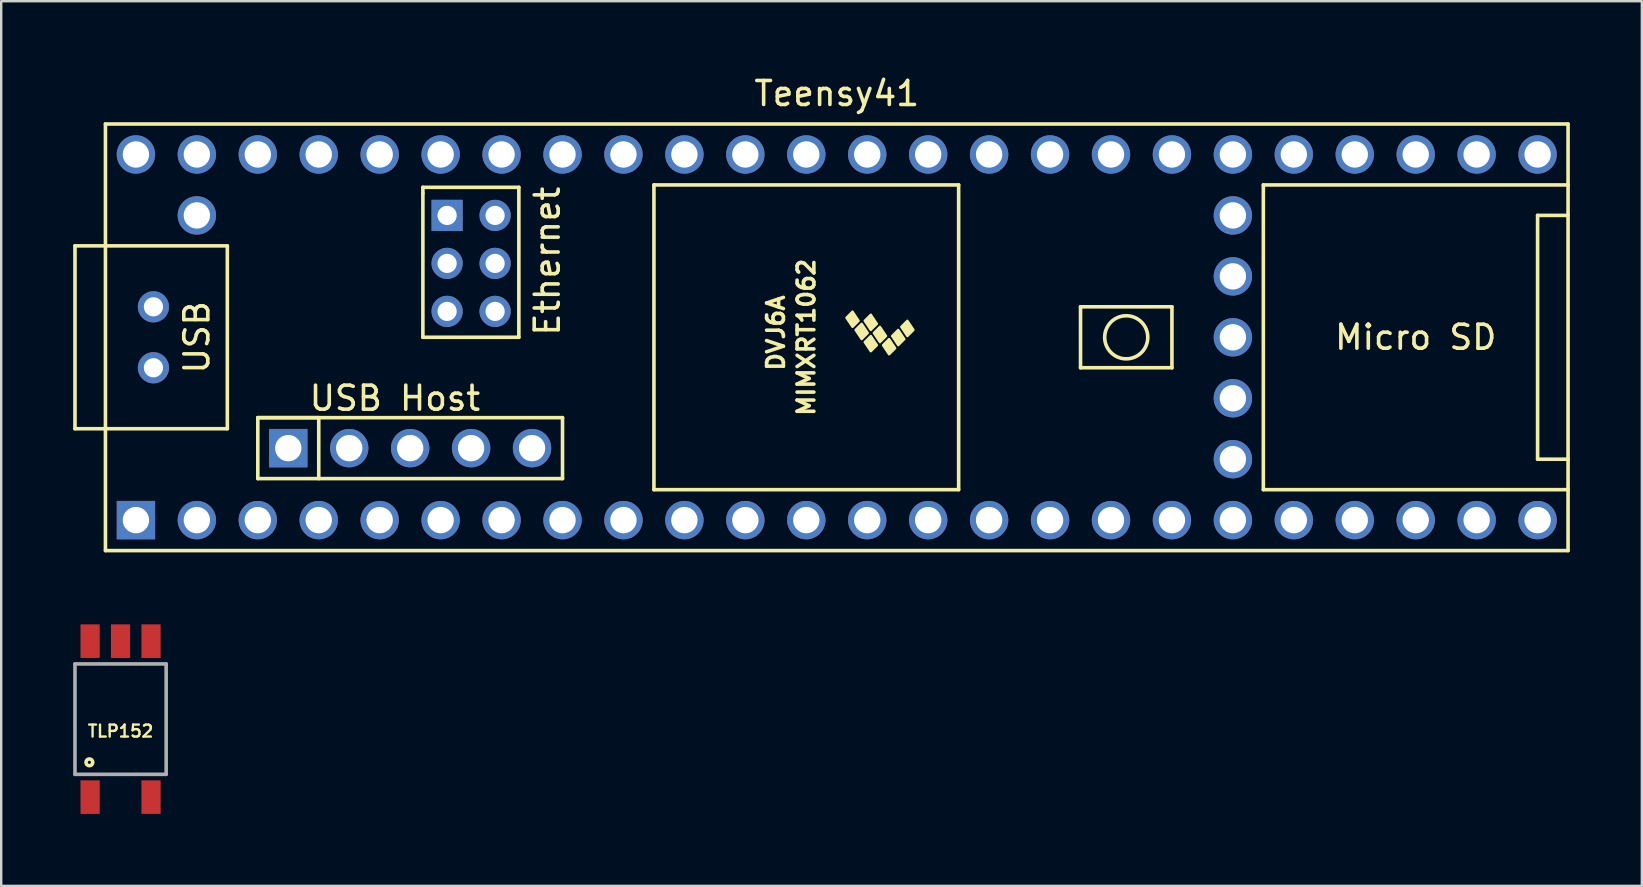
<source format=kicad_pcb>
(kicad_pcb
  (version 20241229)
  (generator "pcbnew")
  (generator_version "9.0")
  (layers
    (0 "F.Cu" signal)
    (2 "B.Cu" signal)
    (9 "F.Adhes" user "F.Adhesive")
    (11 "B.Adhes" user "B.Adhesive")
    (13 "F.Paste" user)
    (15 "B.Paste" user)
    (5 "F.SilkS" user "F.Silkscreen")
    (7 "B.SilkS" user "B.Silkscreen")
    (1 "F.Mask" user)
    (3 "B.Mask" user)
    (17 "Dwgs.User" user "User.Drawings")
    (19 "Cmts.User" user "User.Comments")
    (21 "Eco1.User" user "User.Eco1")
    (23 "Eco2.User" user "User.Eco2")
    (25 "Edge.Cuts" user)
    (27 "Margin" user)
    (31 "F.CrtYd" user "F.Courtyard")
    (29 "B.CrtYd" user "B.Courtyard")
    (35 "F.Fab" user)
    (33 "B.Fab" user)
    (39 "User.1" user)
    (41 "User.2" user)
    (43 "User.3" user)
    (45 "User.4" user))
  (footprint "TLP152"
    (layer "F.Cu")
    (at 1.975 26.923)
    (property "Reference" "TLP152" (at 0 0.5 0) (layer "F.SilkS") (effects (font (size 0.5 0.5) (thickness 0.1))))
    (attr smd)
    (fp_circle (center -1.3 1.8) (end -1.159 1.8) (stroke (width 0.15) (type solid)) (fill no) (layer "F.SilkS"))
    (fp_line (start -1.9 -2.3) (end 1.9 -2.3) (stroke (width 0.15) (type solid)) (layer "F.Fab"))
    (fp_line (start -1.9 2.3) (end -1.9 -2.3) (stroke (width 0.15) (type solid)) (layer "F.Fab"))
    (fp_line (start 1.9 -2.3) (end 1.9 2.3) (stroke (width 0.15) (type solid)) (layer "F.Fab"))
    (fp_line (start 1.9 2.3) (end -1.9 2.3) (stroke (width 0.15) (type solid)) (layer "F.Fab"))
    (pad "1" smd rect (at -1.27 3.25) (size 0.8 1.4) (layers "F.Cu" "F.Mask" "F.Paste"))
    (pad "3" smd rect (at 1.27 3.25) (size 0.8 1.4) (layers "F.Cu" "F.Mask" "F.Paste"))
    (pad "4" smd rect (at 1.27 -3.25) (size 0.8 1.4) (layers "F.Cu" "F.Mask" "F.Paste"))
    (pad "5" smd rect (at 0 -3.25) (size 0.8 1.4) (layers "F.Cu" "F.Mask" "F.Paste"))
    (pad "6" smd rect (at -1.27 -3.25) (size 0.8 1.4) (layers "F.Cu" "F.Mask" "F.Paste")))
  (footprint "Teensy41"
    (layer "F.Cu")
    (at 31.825 11.008)
    (property "Reference" "Teensy41" (at 0 -10.16 0) (layer "F.SilkS") (effects (font (size 1 1) (thickness 0.15))))
    (attr through_hole)
    (fp_line (start -31.75 -3.81) (end -30.48 -3.81) (stroke (width 0.15) (type solid)) (layer "F.SilkS"))
    (fp_line (start -31.75 3.81) (end -31.75 -3.81) (stroke (width 0.15) (type solid)) (layer "F.SilkS"))
    (fp_line (start -30.48 -8.89) (end 30.48 -8.89) (stroke (width 0.15) (type solid)) (layer "F.SilkS"))
    (fp_line (start -30.48 3.81) (end -31.75 3.81) (stroke (width 0.15) (type solid)) (layer "F.SilkS"))
    (fp_line (start -30.48 8.89) (end -30.48 -8.89) (stroke (width 0.15) (type solid)) (layer "F.SilkS"))
    (fp_line (start -25.4 -3.81) (end -30.48 -3.81) (stroke (width 0.15) (type solid)) (layer "F.SilkS"))
    (fp_line (start -25.4 3.81) (end -30.48 3.81) (stroke (width 0.15) (type solid)) (layer "F.SilkS"))
    (fp_line (start -25.4 3.81) (end -25.4 -3.81) (stroke (width 0.15) (type solid)) (layer "F.SilkS"))
    (fp_line (start -24.13 3.35) (end -21.59 3.35) (stroke (width 0.15) (type solid)) (layer "F.SilkS"))
    (fp_line (start -24.13 3.35) (end -11.43 3.35) (stroke (width 0.15) (type solid)) (layer "F.SilkS"))
    (fp_line (start -24.13 5.89) (end -24.13 3.35) (stroke (width 0.15) (type solid)) (layer "F.SilkS"))
    (fp_line (start -21.59 3.35) (end -21.59 5.89) (stroke (width 0.15) (type solid)) (layer "F.SilkS"))
    (fp_line (start -17.25 -6.25) (end -17.25 -6) (stroke (width 0.15) (type solid)) (layer "F.SilkS"))
    (fp_line (start -17.25 -6) (end -17.25 0) (stroke (width 0.15) (type solid)) (layer "F.SilkS"))
    (fp_line (start -17.25 0) (end -13.25 0) (stroke (width 0.15) (type solid)) (layer "F.SilkS"))
    (fp_line (start -13.25 -6.25) (end -17.25 -6.25) (stroke (width 0.15) (type solid)) (layer "F.SilkS"))
    (fp_line (start -13.25 0) (end -13.25 -6.25) (stroke (width 0.15) (type solid)) (layer "F.SilkS"))
    (fp_line (start -11.43 3.35) (end -11.43 5.89) (stroke (width 0.15) (type solid)) (layer "F.SilkS"))
    (fp_line (start -11.43 5.89) (end -24.13 5.89) (stroke (width 0.15) (type solid)) (layer "F.SilkS"))
    (fp_line (start -7.62 -6.35) (end -7.62 6.35) (stroke (width 0.15) (type solid)) (layer "F.SilkS"))
    (fp_line (start -7.62 6.35) (end 5.08 6.35) (stroke (width 0.15) (type solid)) (layer "F.SilkS"))
    (fp_line (start 5.08 -6.35) (end -7.62 -6.35) (stroke (width 0.15) (type solid)) (layer "F.SilkS"))
    (fp_line (start 5.08 6.35) (end 5.08 -6.35) (stroke (width 0.15) (type solid)) (layer "F.SilkS"))
    (fp_line (start 10.16 -1.27) (end 13.97 -1.27) (stroke (width 0.15) (type solid)) (layer "F.SilkS"))
    (fp_line (start 10.16 1.27) (end 10.16 -1.27) (stroke (width 0.15) (type solid)) (layer "F.SilkS"))
    (fp_line (start 13.97 -1.27) (end 13.97 1.27) (stroke (width 0.15) (type solid)) (layer "F.SilkS"))
    (fp_line (start 13.97 1.27) (end 10.16 1.27) (stroke (width 0.15) (type solid)) (layer "F.SilkS"))
    (fp_line (start 17.78 -6.35) (end 17.78 6.35) (stroke (width 0.15) (type solid)) (layer "F.SilkS"))
    (fp_line (start 17.78 6.35) (end 30.48 6.35) (stroke (width 0.15) (type solid)) (layer "F.SilkS"))
    (fp_line (start 29.21 -5.08) (end 29.21 5.08) (stroke (width 0.15) (type solid)) (layer "F.SilkS"))
    (fp_line (start 29.21 5.08) (end 30.48 5.08) (stroke (width 0.15) (type solid)) (layer "F.SilkS"))
    (fp_line (start 30.48 -8.89) (end 30.48 8.89) (stroke (width 0.15) (type solid)) (layer "F.SilkS"))
    (fp_line (start 30.48 -6.35) (end 17.78 -6.35) (stroke (width 0.15) (type solid)) (layer "F.SilkS"))
    (fp_line (start 30.48 -5.08) (end 29.21 -5.08) (stroke (width 0.15) (type solid)) (layer "F.SilkS"))
    (fp_line (start 30.48 8.89) (end -30.48 8.89) (stroke (width 0.15) (type solid)) (layer "F.SilkS"))
    (fp_circle (center 12.065 0) (end 12.7 -0.635) (stroke (width 0.15) (type solid)) (fill no) (layer "F.SilkS"))
    (fp_poly (pts (xy 0.911 -0.688) (xy 0.657 -0.434) (xy 0.403 -0.815) (xy 0.657 -1.069)) (stroke (width 0.1) (type solid)) (fill yes) (layer "F.SilkS"))
    (fp_poly (pts (xy 1.292 -0.18) (xy 1.038 0.074) (xy 0.784 -0.307) (xy 1.038 -0.561)) (stroke (width 0.1) (type solid)) (fill yes) (layer "F.SilkS"))
    (fp_poly (pts (xy 1.673 -0.561) (xy 1.419 -0.307) (xy 1.165 -0.688) (xy 1.419 -0.942)) (stroke (width 0.1) (type solid)) (fill yes) (layer "F.SilkS"))
    (fp_poly (pts (xy 1.673 0.328) (xy 1.419 0.582) (xy 1.165 0.201) (xy 1.419 -0.053)) (stroke (width 0.1) (type solid)) (fill yes) (layer "F.SilkS"))
    (fp_poly (pts (xy 2.054 -0.053) (xy 1.8 0.201) (xy 1.546 -0.18) (xy 1.8 -0.434)) (stroke (width 0.1) (type solid)) (fill yes) (layer "F.SilkS"))
    (fp_poly (pts (xy 2.435 0.455) (xy 2.181 0.709) (xy 1.927 0.328) (xy 2.181 0.074)) (stroke (width 0.1) (type solid)) (fill yes) (layer "F.SilkS"))
    (fp_poly (pts (xy 2.816 0.074) (xy 2.562 0.328) (xy 2.308 -0.053) (xy 2.562 -0.307)) (stroke (width 0.1) (type solid)) (fill yes) (layer "F.SilkS"))
    (fp_poly (pts (xy 3.197 -0.307) (xy 2.943 -0.053) (xy 2.689 -0.434) (xy 2.943 -0.688)) (stroke (width 0.1) (type solid)) (fill yes) (layer "F.SilkS"))
    (fp_text user "USB Host" (at -18.415 2.54 0) (layer "F.SilkS") (effects (font (size 1 1) (thickness 0.15))))
    (fp_text user "DVJ6A" (at -2.54 -0.18 270) (layer "F.SilkS") (effects (font (size 0.7 0.7) (thickness 0.15))))
    (fp_text user "Micro SD" (at 24.13 0 0) (layer "F.SilkS") (effects (font (size 1 1) (thickness 0.15))))
    (fp_text user "USB" (at -26.67 0 270) (layer "F.SilkS") (effects (font (size 1 1) (thickness 0.15))))
    (fp_text user "Ethernet" (at -12.065 -3.175 90) (layer "F.SilkS") (effects (font (size 1 1) (thickness 0.15))))
    (fp_text user "MIMXRT1062" (at -1.27 0 270) (layer "F.SilkS") (effects (font (size 0.7 0.7) (thickness 0.15))))
    (pad "1" thru_hole rect (at -29.21 7.62) (size 1.6 1.6) (drill 1.1) (layers "*.Cu" "*.Mask"))
    (pad "2" thru_hole circle (at -26.67 7.62) (size 1.6 1.6) (drill 1.1) (layers "*.Cu" "*.Mask"))
    (pad "3" thru_hole circle (at -24.13 7.62) (size 1.6 1.6) (drill 1.1) (layers "*.Cu" "*.Mask"))
    (pad "4" thru_hole circle (at -21.59 7.62) (size 1.6 1.6) (drill 1.1) (layers "*.Cu" "*.Mask"))
    (pad "5" thru_hole circle (at -19.05 7.62) (size 1.6 1.6) (drill 1.1) (layers "*.Cu" "*.Mask"))
    (pad "6" thru_hole circle (at -16.51 7.62) (size 1.6 1.6) (drill 1.1) (layers "*.Cu" "*.Mask"))
    (pad "7" thru_hole circle (at -13.97 7.62) (size 1.6 1.6) (drill 1.1) (layers "*.Cu" "*.Mask"))
    (pad "8" thru_hole circle (at -11.43 7.62) (size 1.6 1.6) (drill 1.1) (layers "*.Cu" "*.Mask"))
    (pad "9" thru_hole circle (at -8.89 7.62) (size 1.6 1.6) (drill 1.1) (layers "*.Cu" "*.Mask"))
    (pad "10" thru_hole circle (at -6.35 7.62) (size 1.6 1.6) (drill 1.1) (layers "*.Cu" "*.Mask"))
    (pad "11" thru_hole circle (at -3.81 7.62) (size 1.6 1.6) (drill 1.1) (layers "*.Cu" "*.Mask"))
    (pad "12" thru_hole circle (at -1.27 7.62) (size 1.6 1.6) (drill 1.1) (layers "*.Cu" "*.Mask"))
    (pad "13" thru_hole circle (at 1.27 7.62) (size 1.6 1.6) (drill 1.1) (layers "*.Cu" "*.Mask"))
    (pad "14" thru_hole circle (at 3.81 7.62) (size 1.6 1.6) (drill 1.1) (layers "*.Cu" "*.Mask"))
    (pad "15" thru_hole circle (at 6.35 7.62) (size 1.6 1.6) (drill 1.1) (layers "*.Cu" "*.Mask"))
    (pad "16" thru_hole circle (at 8.89 7.62) (size 1.6 1.6) (drill 1.1) (layers "*.Cu" "*.Mask"))
    (pad "17" thru_hole circle (at 11.43 7.62) (size 1.6 1.6) (drill 1.1) (layers "*.Cu" "*.Mask"))
    (pad "18" thru_hole circle (at 13.97 7.62) (size 1.6 1.6) (drill 1.1) (layers "*.Cu" "*.Mask"))
    (pad "19" thru_hole circle (at 16.51 7.62) (size 1.6 1.6) (drill 1.1) (layers "*.Cu" "*.Mask"))
    (pad "20" thru_hole circle (at 19.05 7.62) (size 1.6 1.6) (drill 1.1) (layers "*.Cu" "*.Mask"))
    (pad "21" thru_hole circle (at 21.59 7.62) (size 1.6 1.6) (drill 1.1) (layers "*.Cu" "*.Mask"))
    (pad "22" thru_hole circle (at 24.13 7.62) (size 1.6 1.6) (drill 1.1) (layers "*.Cu" "*.Mask"))
    (pad "23" thru_hole circle (at 26.67 7.62) (size 1.6 1.6) (drill 1.1) (layers "*.Cu" "*.Mask"))
    (pad "24" thru_hole circle (at 29.21 7.62) (size 1.6 1.6) (drill 1.1) (layers "*.Cu" "*.Mask"))
    (pad "25" thru_hole circle (at 29.21 -7.62) (size 1.6 1.6) (drill 1.1) (layers "*.Cu" "*.Mask"))
    (pad "26" thru_hole circle (at 26.67 -7.62) (size 1.6 1.6) (drill 1.1) (layers "*.Cu" "*.Mask"))
    (pad "27" thru_hole circle (at 24.13 -7.62) (size 1.6 1.6) (drill 1.1) (layers "*.Cu" "*.Mask"))
    (pad "28" thru_hole circle (at 21.59 -7.62) (size 1.6 1.6) (drill 1.1) (layers "*.Cu" "*.Mask"))
    (pad "29" thru_hole circle (at 19.05 -7.62) (size 1.6 1.6) (drill 1.1) (layers "*.Cu" "*.Mask"))
    (pad "30" thru_hole circle (at 16.51 -7.62) (size 1.6 1.6) (drill 1.1) (layers "*.Cu" "*.Mask"))
    (pad "31" thru_hole circle (at 13.97 -7.62) (size 1.6 1.6) (drill 1.1) (layers "*.Cu" "*.Mask"))
    (pad "32" thru_hole circle (at 11.43 -7.62) (size 1.6 1.6) (drill 1.1) (layers "*.Cu" "*.Mask"))
    (pad "33" thru_hole circle (at 8.89 -7.62) (size 1.6 1.6) (drill 1.1) (layers "*.Cu" "*.Mask"))
    (pad "34" thru_hole circle (at 6.35 -7.62) (size 1.6 1.6) (drill 1.1) (layers "*.Cu" "*.Mask"))
    (pad "35" thru_hole circle (at 3.81 -7.62) (size 1.6 1.6) (drill 1.1) (layers "*.Cu" "*.Mask"))
    (pad "36" thru_hole circle (at 1.27 -7.62) (size 1.6 1.6) (drill 1.1) (layers "*.Cu" "*.Mask"))
    (pad "37" thru_hole circle (at -1.27 -7.62) (size 1.6 1.6) (drill 1.1) (layers "*.Cu" "*.Mask"))
    (pad "38" thru_hole circle (at -3.81 -7.62) (size 1.6 1.6) (drill 1.1) (layers "*.Cu" "*.Mask"))
    (pad "39" thru_hole circle (at -6.35 -7.62) (size 1.6 1.6) (drill 1.1) (layers "*.Cu" "*.Mask"))
    (pad "40" thru_hole circle (at -8.89 -7.62) (size 1.6 1.6) (drill 1.1) (layers "*.Cu" "*.Mask"))
    (pad "41" thru_hole circle (at -11.43 -7.62) (size 1.6 1.6) (drill 1.1) (layers "*.Cu" "*.Mask"))
    (pad "42" thru_hole circle (at -13.97 -7.62) (size 1.6 1.6) (drill 1.1) (layers "*.Cu" "*.Mask"))
    (pad "43" thru_hole circle (at -16.51 -7.62) (size 1.6 1.6) (drill 1.1) (layers "*.Cu" "*.Mask"))
    (pad "44" thru_hole circle (at -19.05 -7.62) (size 1.6 1.6) (drill 1.1) (layers "*.Cu" "*.Mask"))
    (pad "45" thru_hole circle (at -21.59 -7.62) (size 1.6 1.6) (drill 1.1) (layers "*.Cu" "*.Mask"))
    (pad "46" thru_hole circle (at -24.13 -7.62) (size 1.6 1.6) (drill 1.1) (layers "*.Cu" "*.Mask"))
    (pad "47" thru_hole circle (at -26.67 -7.62) (size 1.6 1.6) (drill 1.1) (layers "*.Cu" "*.Mask"))
    (pad "48" thru_hole circle (at -29.21 -7.62) (size 1.6 1.6) (drill 1.1) (layers "*.Cu" "*.Mask"))
    (pad "49" thru_hole circle (at -26.67 -5.08) (size 1.6 1.6) (drill 1.1) (layers "*.Cu" "*.Mask"))
    (pad "50" thru_hole circle (at 16.51 5.08) (size 1.6 1.6) (drill 1.1) (layers "*.Cu" "*.Mask"))
    (pad "51" thru_hole circle (at 16.51 2.54) (size 1.6 1.6) (drill 1.1) (layers "*.Cu" "*.Mask"))
    (pad "52" thru_hole circle (at 16.51 0) (size 1.6 1.6) (drill 1.1) (layers "*.Cu" "*.Mask"))
    (pad "53" thru_hole circle (at 16.51 -2.54) (size 1.6 1.6) (drill 1.1) (layers "*.Cu" "*.Mask"))
    (pad "54" thru_hole circle (at 16.51 -5.08) (size 1.6 1.6) (drill 1.1) (layers "*.Cu" "*.Mask"))
    (pad "55" thru_hole rect (at -22.86 4.62) (size 1.6 1.6) (drill 1.1) (layers "*.Cu" "*.Mask"))
    (pad "56" thru_hole circle (at -20.32 4.62) (size 1.6 1.6) (drill 1.1) (layers "*.Cu" "*.Mask"))
    (pad "57" thru_hole circle (at -17.78 4.62) (size 1.6 1.6) (drill 1.1) (layers "*.Cu" "*.Mask"))
    (pad "58" thru_hole circle (at -15.24 4.62) (size 1.6 1.6) (drill 1.1) (layers "*.Cu" "*.Mask"))
    (pad "59" thru_hole circle (at -12.7 4.62) (size 1.6 1.6) (drill 1.1) (layers "*.Cu" "*.Mask"))
    (pad "60" thru_hole rect (at -16.24 -5.08) (size 1.3 1.3) (drill 0.8) (layers "*.Cu" "*.Mask"))
    (pad "61" thru_hole circle (at -16.24 -3.08) (size 1.3 1.3) (drill 0.8) (layers "*.Cu" "*.Mask"))
    (pad "62" thru_hole circle (at -16.24 -1.08) (size 1.3 1.3) (drill 0.8) (layers "*.Cu" "*.Mask"))
    (pad "63" thru_hole circle (at -14.24 -1.08) (size 1.3 1.3) (drill 0.8) (layers "*.Cu" "*.Mask"))
    (pad "64" thru_hole circle (at -14.24 -3.08) (size 1.3 1.3) (drill 0.8) (layers "*.Cu" "*.Mask"))
    (pad "65" thru_hole circle (at -14.24 -5.08) (size 1.3 1.3) (drill 0.8) (layers "*.Cu" "*.Mask"))
    (pad "66" thru_hole circle (at -28.48 1.27) (size 1.3 1.3) (drill 0.8) (layers "*.Cu" "*.Mask"))
    (pad "67" thru_hole circle (at -28.48 -1.27) (size 1.3 1.3) (drill 0.8) (layers "*.Cu" "*.Mask")))
  (gr_rect
    (start -3 -3)
    (end 65.38 33.873)
    (stroke (width 0.1) (type default))
    (fill no)
    (layer "Edge.Cuts")))
</source>
